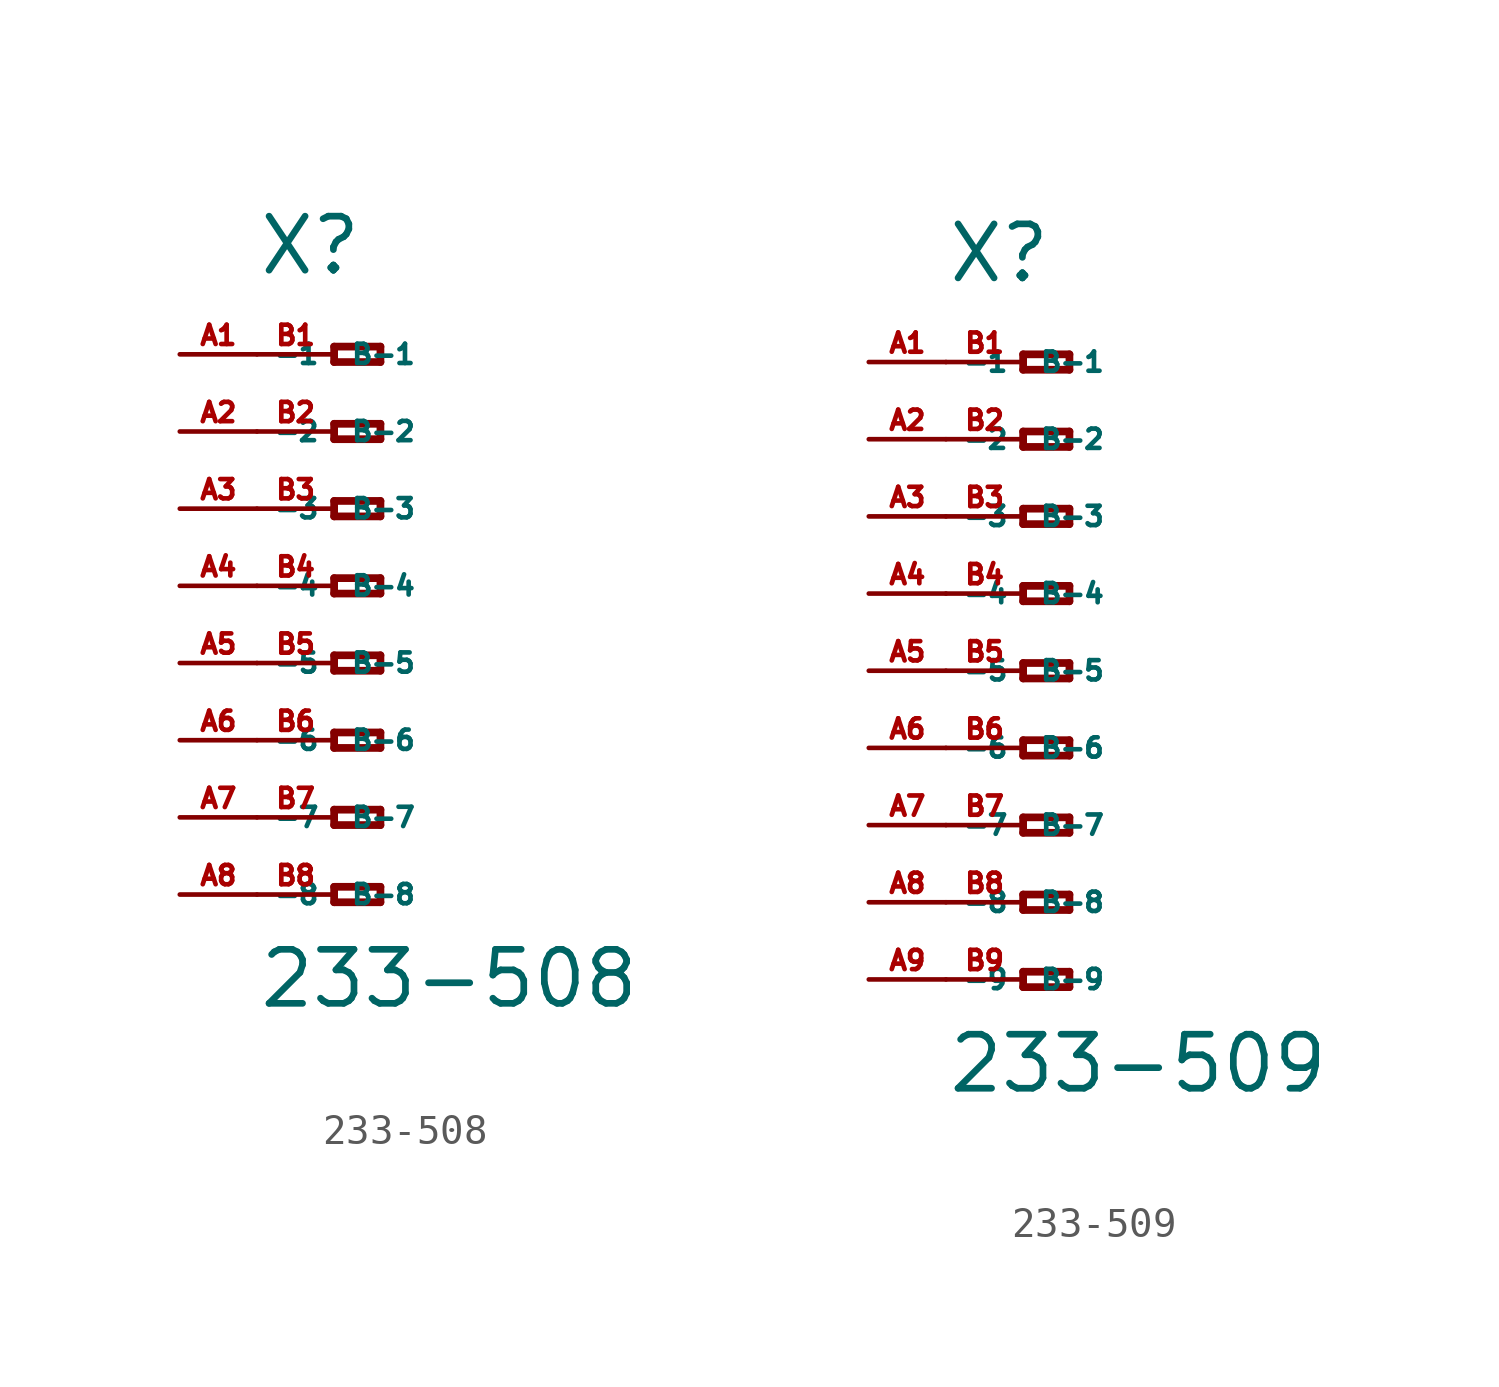
<source format=kicad_sym>
(kicad_symbol_lib
  (version 20220914)
  (generator Eagle2Kicad)
  (symbol "233-508"
    (property "Reference" "X"
      (at -5.08 10.16 0)
      (effects (font (size 1.778 1.778) (thickness 0.22)) (justify left bottom)))
    (property "Value" "233-508"
      (at -5.08 -13.97 0)
      (effects (font (size 1.778 1.778) (thickness 0.22)) (justify left bottom)))
    (polyline
      (pts (xy -2.54 7.874) (xy -2.54 7.366))
      (stroke (width 0.254) (type default))
      (fill (type none)))
    (polyline
      (pts (xy -2.54 7.366) (xy -1.016 7.366))
      (stroke (width 0.254) (type default))
      (fill (type none)))
    (polyline
      (pts (xy -1.016 7.366) (xy -1.016 7.874))
      (stroke (width 0.254) (type default))
      (fill (type none)))
    (polyline
      (pts (xy -1.016 7.874) (xy -2.54 7.874))
      (stroke (width 0.254) (type default))
      (fill (type none)))
    (polyline
      (pts (xy -2.54 5.334) (xy -2.54 4.826))
      (stroke (width 0.254) (type default))
      (fill (type none)))
    (polyline
      (pts (xy -2.54 4.826) (xy -1.016 4.826))
      (stroke (width 0.254) (type default))
      (fill (type none)))
    (polyline
      (pts (xy -1.016 4.826) (xy -1.016 5.334))
      (stroke (width 0.254) (type default))
      (fill (type none)))
    (polyline
      (pts (xy -1.016 5.334) (xy -2.54 5.334))
      (stroke (width 0.254) (type default))
      (fill (type none)))
    (polyline
      (pts (xy -2.54 2.794) (xy -2.54 2.286))
      (stroke (width 0.254) (type default))
      (fill (type none)))
    (polyline
      (pts (xy -2.54 2.286) (xy -1.016 2.286))
      (stroke (width 0.254) (type default))
      (fill (type none)))
    (polyline
      (pts (xy -1.016 2.286) (xy -1.016 2.794))
      (stroke (width 0.254) (type default))
      (fill (type none)))
    (polyline
      (pts (xy -1.016 2.794) (xy -2.54 2.794))
      (stroke (width 0.254) (type default))
      (fill (type none)))
    (polyline
      (pts (xy -2.54 0.254) (xy -2.54 -0.254))
      (stroke (width 0.254) (type default))
      (fill (type none)))
    (polyline
      (pts (xy -2.54 -0.254) (xy -1.016 -0.254))
      (stroke (width 0.254) (type default))
      (fill (type none)))
    (polyline
      (pts (xy -1.016 -0.254) (xy -1.016 0.254))
      (stroke (width 0.254) (type default))
      (fill (type none)))
    (polyline
      (pts (xy -1.016 0.254) (xy -2.54 0.254))
      (stroke (width 0.254) (type default))
      (fill (type none)))
    (polyline
      (pts (xy -2.54 -2.286) (xy -2.54 -2.794))
      (stroke (width 0.254) (type default))
      (fill (type none)))
    (polyline
      (pts (xy -2.54 -2.794) (xy -1.016 -2.794))
      (stroke (width 0.254) (type default))
      (fill (type none)))
    (polyline
      (pts (xy -1.016 -2.794) (xy -1.016 -2.286))
      (stroke (width 0.254) (type default))
      (fill (type none)))
    (polyline
      (pts (xy -1.016 -2.286) (xy -2.54 -2.286))
      (stroke (width 0.254) (type default))
      (fill (type none)))
    (polyline
      (pts (xy -2.54 -4.826) (xy -2.54 -5.334))
      (stroke (width 0.254) (type default))
      (fill (type none)))
    (polyline
      (pts (xy -2.54 -5.334) (xy -1.016 -5.334))
      (stroke (width 0.254) (type default))
      (fill (type none)))
    (polyline
      (pts (xy -1.016 -5.334) (xy -1.016 -4.826))
      (stroke (width 0.254) (type default))
      (fill (type none)))
    (polyline
      (pts (xy -1.016 -4.826) (xy -2.54 -4.826))
      (stroke (width 0.254) (type default))
      (fill (type none)))
    (polyline
      (pts (xy -2.54 -7.366) (xy -2.54 -7.874))
      (stroke (width 0.254) (type default))
      (fill (type none)))
    (polyline
      (pts (xy -2.54 -7.874) (xy -1.016 -7.874))
      (stroke (width 0.254) (type default))
      (fill (type none)))
    (polyline
      (pts (xy -1.016 -7.874) (xy -1.016 -7.366))
      (stroke (width 0.254) (type default))
      (fill (type none)))
    (polyline
      (pts (xy -1.016 -7.366) (xy -2.54 -7.366))
      (stroke (width 0.254) (type default))
      (fill (type none)))
    (polyline
      (pts (xy -2.54 -9.906) (xy -2.54 -10.414))
      (stroke (width 0.254) (type default))
      (fill (type none)))
    (polyline
      (pts (xy -2.54 -10.414) (xy -1.016 -10.414))
      (stroke (width 0.254) (type default))
      (fill (type none)))
    (polyline
      (pts (xy -1.016 -10.414) (xy -1.016 -9.906))
      (stroke (width 0.254) (type default))
      (fill (type none)))
    (polyline
      (pts (xy -1.016 -9.906) (xy -2.54 -9.906))
      (stroke (width 0.254) (type default))
      (fill (type none)))
    (pin passive line
      (at -7.62 7.62 0)
      (length 2.54)
      (name "-1" (effects (font (size 0.635 0.635) (thickness 0.08)) (justify left bottom)))
      (number "A1" (effects (font (size 0.635 0.635) (thickness 0.08)) (justify left bottom))))
    (pin passive line
      (at -7.62 5.08 0)
      (length 2.54)
      (name "-2" (effects (font (size 0.635 0.635) (thickness 0.08)) (justify left bottom)))
      (number "A2" (effects (font (size 0.635 0.635) (thickness 0.08)) (justify left bottom))))
    (pin passive line
      (at -7.62 2.54 0)
      (length 2.54)
      (name "-3" (effects (font (size 0.635 0.635) (thickness 0.08)) (justify left bottom)))
      (number "A3" (effects (font (size 0.635 0.635) (thickness 0.08)) (justify left bottom))))
    (pin passive line
      (at -7.62 0 0)
      (length 2.54)
      (name "-4" (effects (font (size 0.635 0.635) (thickness 0.08)) (justify left bottom)))
      (number "A4" (effects (font (size 0.635 0.635) (thickness 0.08)) (justify left bottom))))
    (pin passive line
      (at -7.62 -2.54 0)
      (length 2.54)
      (name "-5" (effects (font (size 0.635 0.635) (thickness 0.08)) (justify left bottom)))
      (number "A5" (effects (font (size 0.635 0.635) (thickness 0.08)) (justify left bottom))))
    (pin passive line
      (at -7.62 -5.08 0)
      (length 2.54)
      (name "-6" (effects (font (size 0.635 0.635) (thickness 0.08)) (justify left bottom)))
      (number "A6" (effects (font (size 0.635 0.635) (thickness 0.08)) (justify left bottom))))
    (pin passive line
      (at -7.62 -7.62 0)
      (length 2.54)
      (name "-7" (effects (font (size 0.635 0.635) (thickness 0.08)) (justify left bottom)))
      (number "A7" (effects (font (size 0.635 0.635) (thickness 0.08)) (justify left bottom))))
    (pin passive line
      (at -7.62 -10.16 0)
      (length 2.54)
      (name "-8" (effects (font (size 0.635 0.635) (thickness 0.08)) (justify left bottom)))
      (number "A8" (effects (font (size 0.635 0.635) (thickness 0.08)) (justify left bottom))))
    (pin passive line
      (at -5.08 -10.16 0)
      (length 2.54)
      (name "B-8" (effects (font (size 0.635 0.635) (thickness 0.08)) (justify left bottom)))
      (number "B8" (effects (font (size 0.635 0.635) (thickness 0.08)) (justify left bottom))))
    (pin passive line
      (at -5.08 7.62 0)
      (length 2.54)
      (name "B-1" (effects (font (size 0.635 0.635) (thickness 0.08)) (justify left bottom)))
      (number "B1" (effects (font (size 0.635 0.635) (thickness 0.08)) (justify left bottom))))
    (pin passive line
      (at -5.08 5.08 0)
      (length 2.54)
      (name "B-2" (effects (font (size 0.635 0.635) (thickness 0.08)) (justify left bottom)))
      (number "B2" (effects (font (size 0.635 0.635) (thickness 0.08)) (justify left bottom))))
    (pin passive line
      (at -5.08 2.54 0)
      (length 2.54)
      (name "B-3" (effects (font (size 0.635 0.635) (thickness 0.08)) (justify left bottom)))
      (number "B3" (effects (font (size 0.635 0.635) (thickness 0.08)) (justify left bottom))))
    (pin passive line
      (at -5.08 0 0)
      (length 2.54)
      (name "B-4" (effects (font (size 0.635 0.635) (thickness 0.08)) (justify left bottom)))
      (number "B4" (effects (font (size 0.635 0.635) (thickness 0.08)) (justify left bottom))))
    (pin passive line
      (at -5.08 -2.54 0)
      (length 2.54)
      (name "B-5" (effects (font (size 0.635 0.635) (thickness 0.08)) (justify left bottom)))
      (number "B5" (effects (font (size 0.635 0.635) (thickness 0.08)) (justify left bottom))))
    (pin passive line
      (at -5.08 -5.08 0)
      (length 2.54)
      (name "B-6" (effects (font (size 0.635 0.635) (thickness 0.08)) (justify left bottom)))
      (number "B6" (effects (font (size 0.635 0.635) (thickness 0.08)) (justify left bottom))))
    (pin passive line
      (at -5.08 -7.62 0)
      (length 2.54)
      (name "B-7" (effects (font (size 0.635 0.635) (thickness 0.08)) (justify left bottom)))
      (number "B7" (effects (font (size 0.635 0.635) (thickness 0.08)) (justify left bottom)))))
  (symbol "233-509"
    (property "Reference" "X"
      (at -5.08 12.7 0)
      (effects (font (size 1.778 1.778) (thickness 0.22)) (justify left bottom)))
    (property "Value" "233-509"
      (at -5.08 -13.97 0)
      (effects (font (size 1.778 1.778) (thickness 0.22)) (justify left bottom)))
    (polyline
      (pts (xy -2.54 10.414) (xy -2.54 9.906))
      (stroke (width 0.254) (type default))
      (fill (type none)))
    (polyline
      (pts (xy -2.54 9.906) (xy -1.016 9.906))
      (stroke (width 0.254) (type default))
      (fill (type none)))
    (polyline
      (pts (xy -1.016 9.906) (xy -1.016 10.414))
      (stroke (width 0.254) (type default))
      (fill (type none)))
    (polyline
      (pts (xy -1.016 10.414) (xy -2.54 10.414))
      (stroke (width 0.254) (type default))
      (fill (type none)))
    (polyline
      (pts (xy -2.54 7.874) (xy -2.54 7.366))
      (stroke (width 0.254) (type default))
      (fill (type none)))
    (polyline
      (pts (xy -2.54 7.366) (xy -1.016 7.366))
      (stroke (width 0.254) (type default))
      (fill (type none)))
    (polyline
      (pts (xy -1.016 7.366) (xy -1.016 7.874))
      (stroke (width 0.254) (type default))
      (fill (type none)))
    (polyline
      (pts (xy -1.016 7.874) (xy -2.54 7.874))
      (stroke (width 0.254) (type default))
      (fill (type none)))
    (polyline
      (pts (xy -2.54 5.334) (xy -2.54 4.826))
      (stroke (width 0.254) (type default))
      (fill (type none)))
    (polyline
      (pts (xy -2.54 4.826) (xy -1.016 4.826))
      (stroke (width 0.254) (type default))
      (fill (type none)))
    (polyline
      (pts (xy -1.016 4.826) (xy -1.016 5.334))
      (stroke (width 0.254) (type default))
      (fill (type none)))
    (polyline
      (pts (xy -1.016 5.334) (xy -2.54 5.334))
      (stroke (width 0.254) (type default))
      (fill (type none)))
    (polyline
      (pts (xy -2.54 2.794) (xy -2.54 2.286))
      (stroke (width 0.254) (type default))
      (fill (type none)))
    (polyline
      (pts (xy -2.54 2.286) (xy -1.016 2.286))
      (stroke (width 0.254) (type default))
      (fill (type none)))
    (polyline
      (pts (xy -1.016 2.286) (xy -1.016 2.794))
      (stroke (width 0.254) (type default))
      (fill (type none)))
    (polyline
      (pts (xy -1.016 2.794) (xy -2.54 2.794))
      (stroke (width 0.254) (type default))
      (fill (type none)))
    (polyline
      (pts (xy -2.54 0.254) (xy -2.54 -0.254))
      (stroke (width 0.254) (type default))
      (fill (type none)))
    (polyline
      (pts (xy -2.54 -0.254) (xy -1.016 -0.254))
      (stroke (width 0.254) (type default))
      (fill (type none)))
    (polyline
      (pts (xy -1.016 -0.254) (xy -1.016 0.254))
      (stroke (width 0.254) (type default))
      (fill (type none)))
    (polyline
      (pts (xy -1.016 0.254) (xy -2.54 0.254))
      (stroke (width 0.254) (type default))
      (fill (type none)))
    (polyline
      (pts (xy -2.54 -2.286) (xy -2.54 -2.794))
      (stroke (width 0.254) (type default))
      (fill (type none)))
    (polyline
      (pts (xy -2.54 -2.794) (xy -1.016 -2.794))
      (stroke (width 0.254) (type default))
      (fill (type none)))
    (polyline
      (pts (xy -1.016 -2.794) (xy -1.016 -2.286))
      (stroke (width 0.254) (type default))
      (fill (type none)))
    (polyline
      (pts (xy -1.016 -2.286) (xy -2.54 -2.286))
      (stroke (width 0.254) (type default))
      (fill (type none)))
    (polyline
      (pts (xy -2.54 -4.826) (xy -2.54 -5.334))
      (stroke (width 0.254) (type default))
      (fill (type none)))
    (polyline
      (pts (xy -2.54 -5.334) (xy -1.016 -5.334))
      (stroke (width 0.254) (type default))
      (fill (type none)))
    (polyline
      (pts (xy -1.016 -5.334) (xy -1.016 -4.826))
      (stroke (width 0.254) (type default))
      (fill (type none)))
    (polyline
      (pts (xy -1.016 -4.826) (xy -2.54 -4.826))
      (stroke (width 0.254) (type default))
      (fill (type none)))
    (polyline
      (pts (xy -2.54 -7.366) (xy -2.54 -7.874))
      (stroke (width 0.254) (type default))
      (fill (type none)))
    (polyline
      (pts (xy -2.54 -7.874) (xy -1.016 -7.874))
      (stroke (width 0.254) (type default))
      (fill (type none)))
    (polyline
      (pts (xy -1.016 -7.874) (xy -1.016 -7.366))
      (stroke (width 0.254) (type default))
      (fill (type none)))
    (polyline
      (pts (xy -1.016 -7.366) (xy -2.54 -7.366))
      (stroke (width 0.254) (type default))
      (fill (type none)))
    (polyline
      (pts (xy -2.54 -9.906) (xy -2.54 -10.414))
      (stroke (width 0.254) (type default))
      (fill (type none)))
    (polyline
      (pts (xy -2.54 -10.414) (xy -1.016 -10.414))
      (stroke (width 0.254) (type default))
      (fill (type none)))
    (polyline
      (pts (xy -1.016 -10.414) (xy -1.016 -9.906))
      (stroke (width 0.254) (type default))
      (fill (type none)))
    (polyline
      (pts (xy -1.016 -9.906) (xy -2.54 -9.906))
      (stroke (width 0.254) (type default))
      (fill (type none)))
    (pin passive line
      (at -7.62 10.16 0)
      (length 2.54)
      (name "-1" (effects (font (size 0.635 0.635) (thickness 0.08)) (justify left bottom)))
      (number "A1" (effects (font (size 0.635 0.635) (thickness 0.08)) (justify left bottom))))
    (pin passive line
      (at -7.62 7.62 0)
      (length 2.54)
      (name "-2" (effects (font (size 0.635 0.635) (thickness 0.08)) (justify left bottom)))
      (number "A2" (effects (font (size 0.635 0.635) (thickness 0.08)) (justify left bottom))))
    (pin passive line
      (at -7.62 5.08 0)
      (length 2.54)
      (name "-3" (effects (font (size 0.635 0.635) (thickness 0.08)) (justify left bottom)))
      (number "A3" (effects (font (size 0.635 0.635) (thickness 0.08)) (justify left bottom))))
    (pin passive line
      (at -7.62 2.54 0)
      (length 2.54)
      (name "-4" (effects (font (size 0.635 0.635) (thickness 0.08)) (justify left bottom)))
      (number "A4" (effects (font (size 0.635 0.635) (thickness 0.08)) (justify left bottom))))
    (pin passive line
      (at -7.62 0 0)
      (length 2.54)
      (name "-5" (effects (font (size 0.635 0.635) (thickness 0.08)) (justify left bottom)))
      (number "A5" (effects (font (size 0.635 0.635) (thickness 0.08)) (justify left bottom))))
    (pin passive line
      (at -7.62 -2.54 0)
      (length 2.54)
      (name "-6" (effects (font (size 0.635 0.635) (thickness 0.08)) (justify left bottom)))
      (number "A6" (effects (font (size 0.635 0.635) (thickness 0.08)) (justify left bottom))))
    (pin passive line
      (at -7.62 -5.08 0)
      (length 2.54)
      (name "-7" (effects (font (size 0.635 0.635) (thickness 0.08)) (justify left bottom)))
      (number "A7" (effects (font (size 0.635 0.635) (thickness 0.08)) (justify left bottom))))
    (pin passive line
      (at -7.62 -7.62 0)
      (length 2.54)
      (name "-8" (effects (font (size 0.635 0.635) (thickness 0.08)) (justify left bottom)))
      (number "A8" (effects (font (size 0.635 0.635) (thickness 0.08)) (justify left bottom))))
    (pin passive line
      (at -7.62 -10.16 0)
      (length 2.54)
      (name "-9" (effects (font (size 0.635 0.635) (thickness 0.08)) (justify left bottom)))
      (number "A9" (effects (font (size 0.635 0.635) (thickness 0.08)) (justify left bottom))))
    (pin passive line
      (at -5.08 -10.16 0)
      (length 2.54)
      (name "B-9" (effects (font (size 0.635 0.635) (thickness 0.08)) (justify left bottom)))
      (number "B9" (effects (font (size 0.635 0.635) (thickness 0.08)) (justify left bottom))))
    (pin passive line
      (at -5.08 10.16 0)
      (length 2.54)
      (name "B-1" (effects (font (size 0.635 0.635) (thickness 0.08)) (justify left bottom)))
      (number "B1" (effects (font (size 0.635 0.635) (thickness 0.08)) (justify left bottom))))
    (pin passive line
      (at -5.08 7.62 0)
      (length 2.54)
      (name "B-2" (effects (font (size 0.635 0.635) (thickness 0.08)) (justify left bottom)))
      (number "B2" (effects (font (size 0.635 0.635) (thickness 0.08)) (justify left bottom))))
    (pin passive line
      (at -5.08 5.08 0)
      (length 2.54)
      (name "B-3" (effects (font (size 0.635 0.635) (thickness 0.08)) (justify left bottom)))
      (number "B3" (effects (font (size 0.635 0.635) (thickness 0.08)) (justify left bottom))))
    (pin passive line
      (at -5.08 2.54 0)
      (length 2.54)
      (name "B-4" (effects (font (size 0.635 0.635) (thickness 0.08)) (justify left bottom)))
      (number "B4" (effects (font (size 0.635 0.635) (thickness 0.08)) (justify left bottom))))
    (pin passive line
      (at -5.08 0 0)
      (length 2.54)
      (name "B-5" (effects (font (size 0.635 0.635) (thickness 0.08)) (justify left bottom)))
      (number "B5" (effects (font (size 0.635 0.635) (thickness 0.08)) (justify left bottom))))
    (pin passive line
      (at -5.08 -2.54 0)
      (length 2.54)
      (name "B-6" (effects (font (size 0.635 0.635) (thickness 0.08)) (justify left bottom)))
      (number "B6" (effects (font (size 0.635 0.635) (thickness 0.08)) (justify left bottom))))
    (pin passive line
      (at -5.08 -5.08 0)
      (length 2.54)
      (name "B-7" (effects (font (size 0.635 0.635) (thickness 0.08)) (justify left bottom)))
      (number "B7" (effects (font (size 0.635 0.635) (thickness 0.08)) (justify left bottom))))
    (pin passive line
      (at -5.08 -7.62 0)
      (length 2.54)
      (name "B-8" (effects (font (size 0.635 0.635) (thickness 0.08)) (justify left bottom)))
      (number "B8" (effects (font (size 0.635 0.635) (thickness 0.08)) (justify left bottom))))))
</source>
